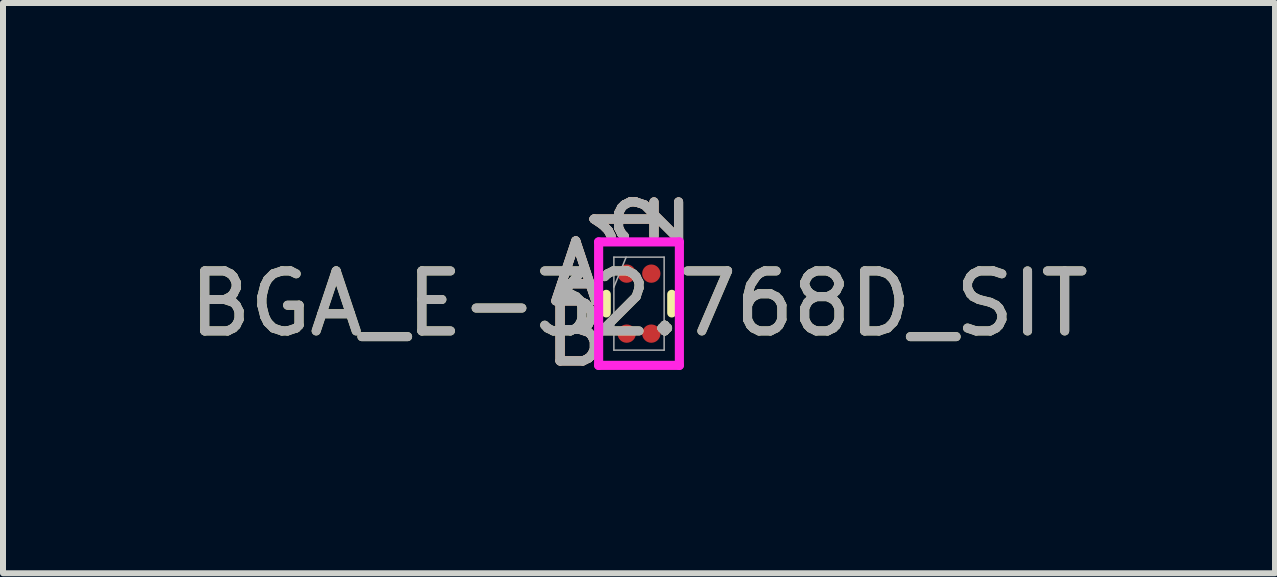
<source format=kicad_pcb>
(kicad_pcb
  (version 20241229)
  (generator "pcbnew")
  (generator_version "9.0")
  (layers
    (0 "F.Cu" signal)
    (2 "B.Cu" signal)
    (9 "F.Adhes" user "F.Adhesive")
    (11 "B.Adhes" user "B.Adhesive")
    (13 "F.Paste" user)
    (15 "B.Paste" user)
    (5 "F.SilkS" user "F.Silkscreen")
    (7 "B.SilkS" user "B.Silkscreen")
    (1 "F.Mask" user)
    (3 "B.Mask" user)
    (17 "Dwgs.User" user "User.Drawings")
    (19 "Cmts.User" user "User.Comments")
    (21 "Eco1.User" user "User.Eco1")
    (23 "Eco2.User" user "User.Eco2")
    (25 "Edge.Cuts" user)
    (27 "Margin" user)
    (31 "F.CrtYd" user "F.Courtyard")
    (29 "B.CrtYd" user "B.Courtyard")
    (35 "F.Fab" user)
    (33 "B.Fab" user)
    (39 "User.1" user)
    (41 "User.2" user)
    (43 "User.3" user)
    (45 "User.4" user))
  (footprint "BGA_E-32.768D_SIT"
    (layer "F.Cu")
    (at 7.601 2.011)
    (property "Reference" "BGA_E-32.768D_SIT" (at 0 0 0) (unlocked yes) (layer "F.SilkS") (effects (font (size 1 1) (thickness 0.15))))
    (attr smd)
    (fp_line (start -0.546 -0.155) (end -0.546 0.155) (stroke (width 0.152) (type solid)) (layer "F.SilkS"))
    (fp_line (start 0.546 0.155) (end 0.546 -0.155) (stroke (width 0.152) (type solid)) (layer "F.SilkS"))
    (fp_poly (pts (xy -0.855 -1.444) (xy 0.855 -1.444) (xy 0.855 1.444) (xy -0.855 1.444)) (stroke (width 0.1) (type solid)) (fill no) (layer "Eco2.User"))
    (fp_line (start -0.673 -1.029) (end 0.673 -1.029) (stroke (width 0.152) (type solid)) (layer "F.CrtYd"))
    (fp_line (start -0.673 1.029) (end -0.673 -1.029) (stroke (width 0.152) (type solid)) (layer "F.CrtYd"))
    (fp_line (start 0.673 -1.029) (end 0.673 1.029) (stroke (width 0.152) (type solid)) (layer "F.CrtYd"))
    (fp_line (start 0.673 1.029) (end -0.673 1.029) (stroke (width 0.152) (type solid)) (layer "F.CrtYd"))
    (fp_line (start -0.419 -0.775) (end -0.419 0.775) (stroke (width 0.025) (type solid)) (layer "F.Fab"))
    (fp_line (start -0.419 0.775) (end 0.419 0.775) (stroke (width 0.025) (type solid)) (layer "F.Fab"))
    (fp_line (start -0.214 -0.775) (end -0.419 -0.275) (stroke (width 0.025) (type solid)) (layer "F.Fab"))
    (fp_line (start 0.419 -0.775) (end -0.419 -0.775) (stroke (width 0.025) (type solid)) (layer "F.Fab"))
    (fp_line (start 0.419 0.775) (end 0.419 -0.775) (stroke (width 0.025) (type solid)) (layer "F.Fab"))
    (fp_text user "A" (at -1.054 -0.5 0) (unlocked yes) (layer "F.SilkS") (effects (font (size 1 1) (thickness 0.15))))
    (fp_text user "1" (at -0.205 -1.41 90) (unlocked yes) (layer "F.SilkS") (effects (font (size 1 1) (thickness 0.15))))
    (fp_text user "B" (at -1.054 0.5 0) (unlocked yes) (layer "F.SilkS") (effects (font (size 1 1) (thickness 0.15))))
    (fp_text user "2" (at 0.205 -1.41 90) (unlocked yes) (layer "F.SilkS") (effects (font (size 1 1) (thickness 0.15))))
    (fp_text user "2" (at 0.205 -1.41 90) (unlocked yes) (layer "B.SilkS") (effects (font (size 1 1) (thickness 0.15))))
    (fp_text user "1" (at -0.205 -1.41 90) (unlocked yes) (layer "B.SilkS") (effects (font (size 1 1) (thickness 0.15))))
    (fp_text user "A" (at -1.054 -0.5 0) (unlocked yes) (layer "B.SilkS") (effects (font (size 1 1) (thickness 0.15))))
    (fp_text user "B" (at -1.054 0.5 0) (unlocked yes) (layer "B.SilkS") (effects (font (size 1 1) (thickness 0.15))))
    (fp_text user "${REFERENCE}" (at 0 0 0) (unlocked yes) (layer "F.Fab") (effects (font (size 1 1) (thickness 0.15))))
    (fp_text user "A" (at -1.054 -0.5 0) (unlocked yes) (layer "F.Fab") (effects (font (size 1 1) (thickness 0.15))))
    (fp_text user "B" (at -1.054 0.5 0) (unlocked yes) (layer "F.Fab") (effects (font (size 1 1) (thickness 0.15))))
    (fp_text user "1" (at -0.205 -1.41 90) (unlocked yes) (layer "F.Fab") (effects (font (size 1 1) (thickness 0.15))))
    (fp_text user "2" (at 0.205 -1.41 90) (unlocked yes) (layer "F.Fab") (effects (font (size 1 1) (thickness 0.15))))
    (pad "1" smd circle (at -0.205 -0.5) (size 0.305 0.305) (layers "F.Cu" "F.Mask" "F.Paste"))
    (pad "2" smd circle (at -0.205 0.5) (size 0.305 0.305) (layers "F.Cu" "F.Mask" "F.Paste"))
    (pad "3" smd circle (at 0.205 0.5) (size 0.305 0.305) (layers "F.Cu" "F.Mask" "F.Paste"))
    (pad "4" smd circle (at 0.205 -0.5) (size 0.305 0.305) (layers "F.Cu" "F.Mask" "F.Paste")))
  (gr_rect
    (start -3 -3)
    (end 18.202 6.505)
    (stroke (width 0.1) (type default))
    (fill no)
    (layer "Edge.Cuts")))
</source>
